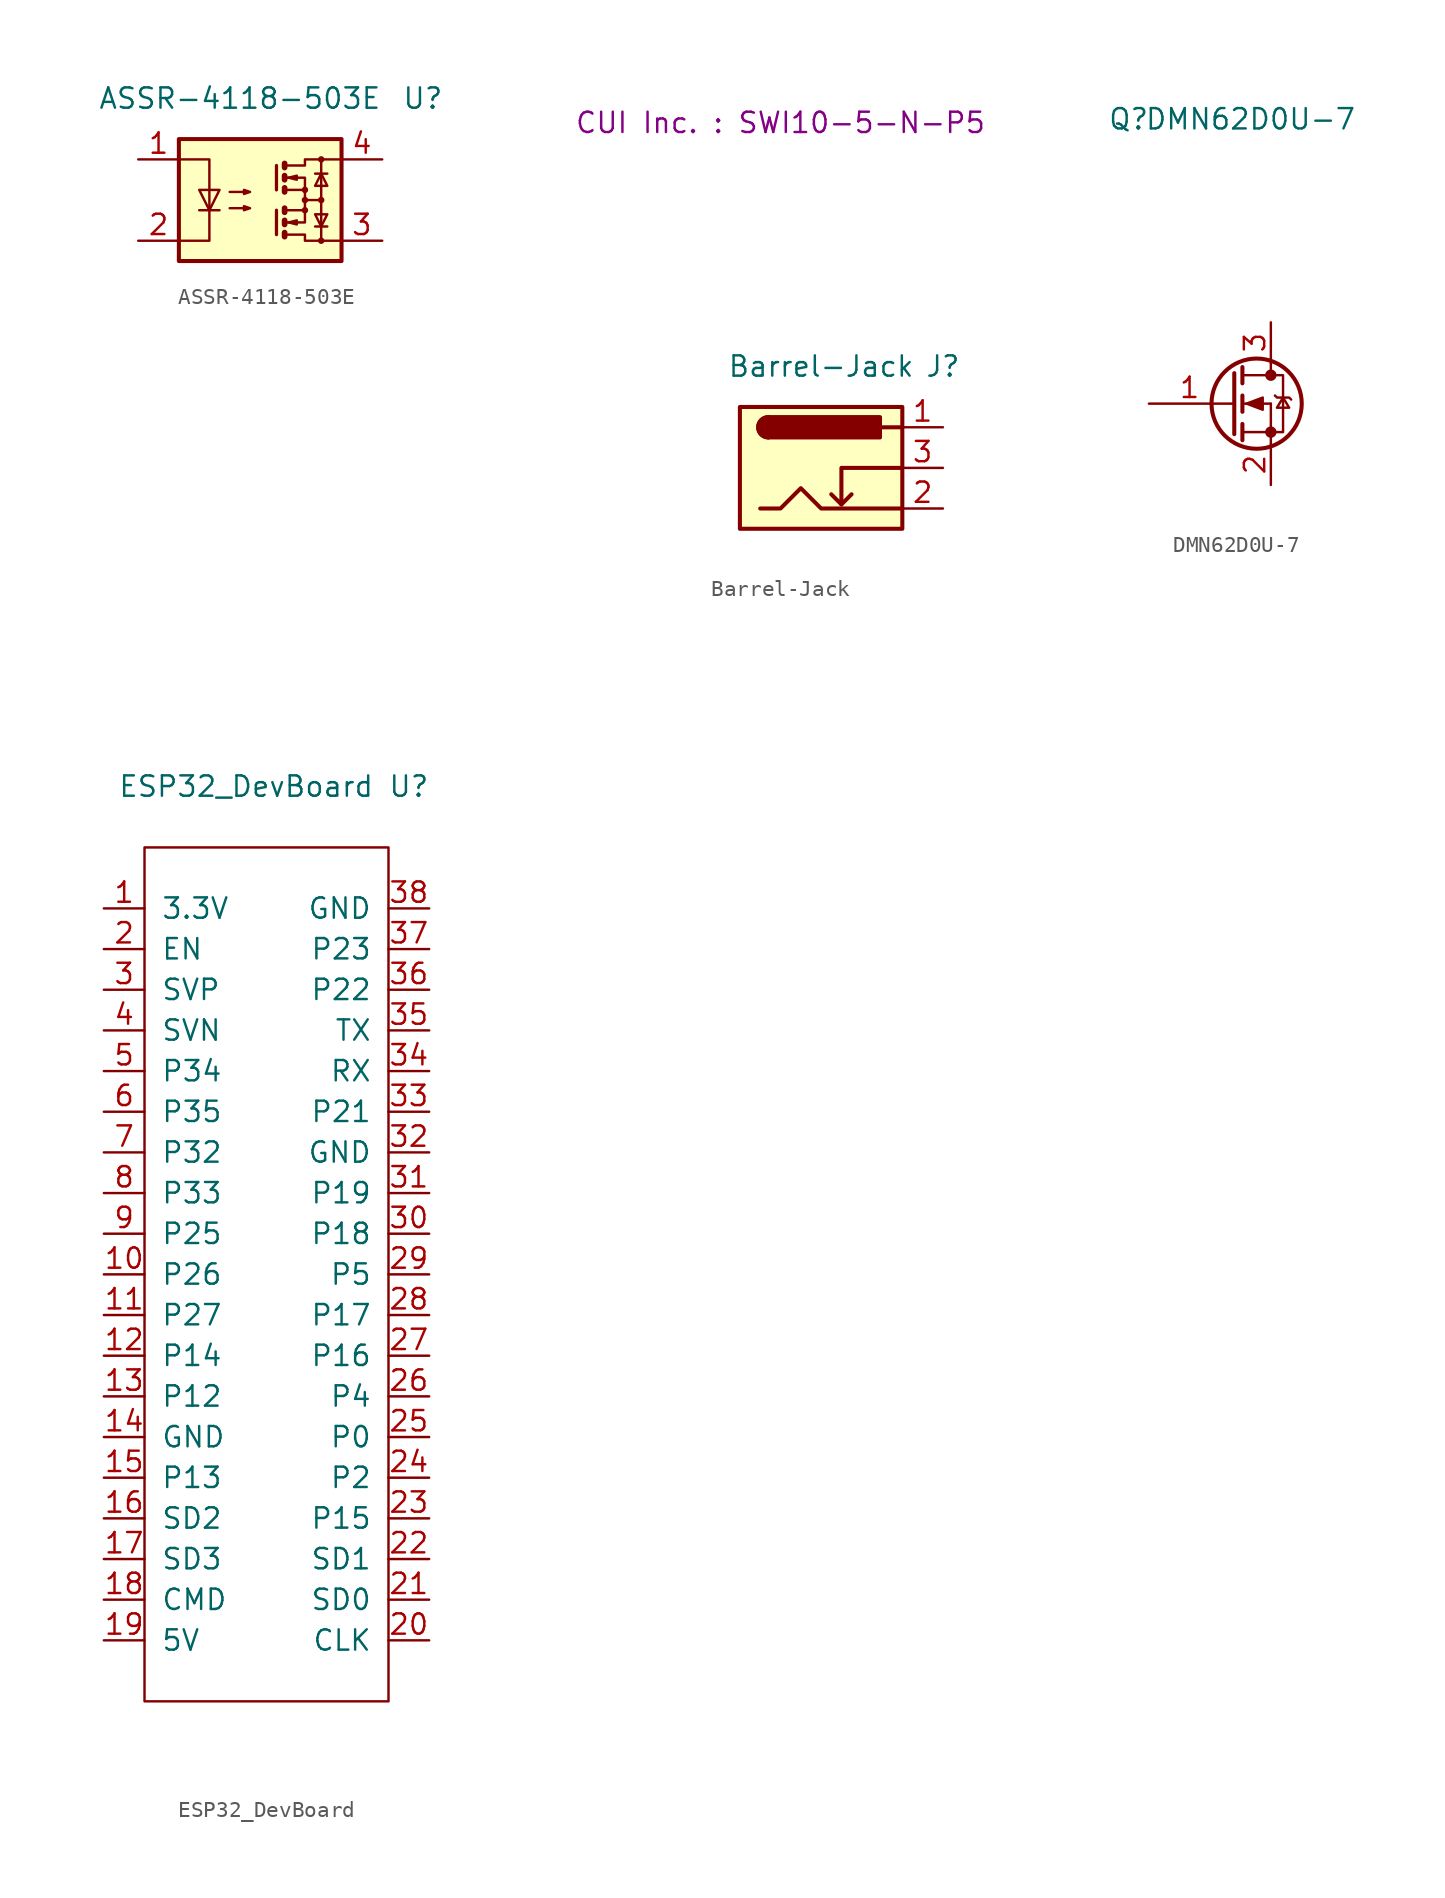
<source format=kicad_sym>
(kicad_symbol_lib
  (version 20201005)
  (generator kicad_symbol_editor)
  (symbol "ASSR-4118-503E"
    (pin_names
      (offset 1.016))
    (property "Reference" "U"
      (at 10.16 6.35 0)
      (effects (font (size 1.27 1.27))))
    (property "Value" "ASSR-4118-503E"
      (at -1.27 6.35 0)
      (effects (font (size 1.27 1.27))))
    (symbol "ASSR-4118-503E_0_0"
      (pin passive line (at 7.62 2.54 180) (length 2.54) (name "~" (effects (font (size 1.27 1.27)))) (number "4" (effects (font (size 1.27 1.27))))))
    (symbol "ASSR-4118-503E_1_1"
      (circle (center 2.794 -0.635) (radius 0.127) (stroke (width 0)) (fill (type none)))
      (circle (center 2.794 0) (radius 0.127) (stroke (width 0)) (fill (type none)))
      (circle (center 2.794 0.635) (radius 0.127) (stroke (width 0)) (fill (type none)))
      (circle (center 3.81 -2.54) (radius 0.127) (stroke (width 0)) (fill (type none)))
      (circle (center 3.81 0) (radius 0.127) (stroke (width 0)) (fill (type none)))
      (circle (center 3.81 2.54) (radius 0.127) (stroke (width 0)) (fill (type none)))
      (rectangle (start -5.08 3.81) (end 5.08 -3.81) (stroke (width 0.254)) (fill (type background)))
      (polyline (pts (xy -3.81 -0.635) (xy -2.54 -0.635)) (stroke (width 0)) (fill (type none)))
      (polyline (pts (xy 1.016 -0.635) (xy 1.016 -2.159)) (stroke (width 0.203)) (fill (type none)))
      (polyline (pts (xy 1.016 2.159) (xy 1.016 0.635)) (stroke (width 0.203)) (fill (type none)))
      (polyline (pts (xy 1.524 -0.508) (xy 1.524 -0.762)) (stroke (width 0.356)) (fill (type none)))
      (polyline (pts (xy 2.794 0) (xy 3.81 0)) (stroke (width 0)) (fill (type none)))
      (polyline (pts (xy 3.429 -1.651) (xy 4.191 -1.651)) (stroke (width 0)) (fill (type none)))
      (polyline (pts (xy 3.429 1.651) (xy 4.191 1.651)) (stroke (width 0)) (fill (type none)))
      (polyline (pts (xy 3.81 -2.54) (xy 3.81 2.54)) (stroke (width 0)) (fill (type none)))
      (polyline (pts (xy 1.524 -2.032) (xy 1.524 -2.286) (xy 1.524 -2.286)) (stroke (width 0.356)) (fill (type none)))
      (polyline (pts (xy 1.524 -1.27) (xy 1.524 -1.524) (xy 1.524 -1.524)) (stroke (width 0.356)) (fill (type none)))
      (polyline (pts (xy 1.524 0.762) (xy 1.524 0.508) (xy 1.524 0.508)) (stroke (width 0.356)) (fill (type none)))
      (polyline (pts (xy 1.524 1.524) (xy 1.524 1.27) (xy 1.524 1.27)) (stroke (width 0.356)) (fill (type none)))
      (polyline (pts (xy 1.524 2.286) (xy 1.524 2.032) (xy 1.524 2.032)) (stroke (width 0.356)) (fill (type none)))
      (polyline (pts (xy 1.651 -1.397) (xy 2.794 -1.397) (xy 2.794 -0.635)) (stroke (width 0)) (fill (type none)))
      (polyline (pts (xy 1.651 1.397) (xy 2.794 1.397) (xy 2.794 0.635)) (stroke (width 0)) (fill (type none)))
      (polyline (pts (xy -5.08 2.54) (xy -3.175 2.54) (xy -3.175 -2.54) (xy -5.08 -2.54)) (stroke (width 0)) (fill (type none)))
      (polyline (pts (xy -3.175 -0.635) (xy -3.81 0.635) (xy -2.54 0.635) (xy -3.175 -0.635)) (stroke (width 0)) (fill (type none)))
      (polyline (pts (xy 1.651 -2.159) (xy 2.794 -2.159) (xy 2.794 -2.54) (xy 5.08 -2.54)) (stroke (width 0)) (fill (type none)))
      (polyline (pts (xy 1.651 -0.635) (xy 2.794 -0.635) (xy 2.794 0.635) (xy 1.651 0.635)) (stroke (width 0)) (fill (type none)))
      (polyline (pts (xy 1.651 2.159) (xy 2.794 2.159) (xy 2.794 2.54) (xy 5.08 2.54)) (stroke (width 0)) (fill (type none)))
      (polyline (pts (xy 1.778 -1.397) (xy 2.286 -1.27) (xy 2.286 -1.524) (xy 1.778 -1.397)) (stroke (width 0)) (fill (type none)))
      (polyline (pts (xy 1.778 1.397) (xy 2.286 1.524) (xy 2.286 1.27) (xy 1.778 1.397)) (stroke (width 0)) (fill (type none)))
      (polyline (pts (xy 3.81 -1.651) (xy 3.429 -0.889) (xy 4.191 -0.889) (xy 3.81 -1.651)) (stroke (width 0)) (fill (type none)))
      (polyline (pts (xy 3.81 1.651) (xy 3.429 0.889) (xy 4.191 0.889) (xy 3.81 1.651)) (stroke (width 0)) (fill (type none)))
      (polyline (pts (xy -1.905 -0.508) (xy -0.635 -0.508) (xy -1.016 -0.635) (xy -1.016 -0.381) (xy -0.635 -0.508)) (stroke (width 0)) (fill (type none)))
      (polyline (pts (xy -1.905 0.508) (xy -0.635 0.508) (xy -1.016 0.381) (xy -1.016 0.635) (xy -0.635 0.508)) (stroke (width 0)) (fill (type none)))
      (pin passive line (at -7.62 2.54 0) (length 2.54) (name "~" (effects (font (size 1.27 1.27)))) (number "1" (effects (font (size 1.27 1.27)))))
      (pin passive line (at -7.62 -2.54 0) (length 2.54) (name "~" (effects (font (size 1.27 1.27)))) (number "2" (effects (font (size 1.27 1.27)))))
      (pin passive line (at 7.62 -2.54 180) (length 2.54) (name "~" (effects (font (size 1.27 1.27)))) (number "3" (effects (font (size 1.27 1.27)))))))
  (symbol "Barrel-Jack"
    (pin_names
      (offset 1.016))
    (property "Reference" "J"
      (at 7.62 6.35 0)
      (effects (font (size 1.27 1.27))))
    (property "Value" "Barrel-Jack"
      (at 0 6.35 0)
      (effects (font (size 1.27 1.27))))
    (property "Mates With" "CUI Inc. : SWI10-5-N-P5"
      (at -2.54 21.59 0)
      (effects (font (size 1.27 1.27))))
    (symbol "Barrel-Jack_1_1"
      (arc (start -3.302 3.175) (end -3.302 1.905) (radius (at -3.302 2.54) (length 0.635) (angles 90.1 -90.1)) (stroke (width 0.254)) (fill (type none)))
      (arc (start -3.302 3.175) (end -3.302 1.905) (radius (at -3.302 2.54) (length 0.635) (angles 90.1 -90.1)) (stroke (width 0.254)) (fill (type outline)))
      (rectangle (start 3.683 3.175) (end -3.302 1.905) (stroke (width 0.254)) (fill (type outline)))
      (rectangle (start -5.08 3.81) (end 5.08 -3.81) (stroke (width 0.254)) (fill (type background)))
      (polyline (pts (xy 1.27 -2.286) (xy 1.905 -1.651)) (stroke (width 0.254)) (fill (type none)))
      (polyline (pts (xy 5.08 2.54) (xy 3.81 2.54)) (stroke (width 0.254)) (fill (type none)))
      (polyline (pts (xy 5.08 0) (xy 1.27 0) (xy 1.27 -2.286) (xy 0.635 -1.651)) (stroke (width 0.254)) (fill (type none)))
      (polyline (pts (xy -3.81 -2.54) (xy -2.54 -2.54) (xy -1.27 -1.27) (xy 0 -2.54) (xy 2.54 -2.54) (xy 5.08 -2.54)) (stroke (width 0.254)) (fill (type none)))
      (pin passive line (at 7.62 2.54 180) (length 2.54) (name "~" (effects (font (size 1.27 1.27)))) (number "1" (effects (font (size 1.27 1.27)))))
      (pin passive line (at 7.62 -2.54 180) (length 2.54) (name "~" (effects (font (size 1.27 1.27)))) (number "2" (effects (font (size 1.27 1.27)))))
      (pin passive line (at 7.62 0 180) (length 2.54) (name "~" (effects (font (size 1.27 1.27)))) (number "3" (effects (font (size 1.27 1.27)))))))
  (symbol "DMN62D0U-7"
    (pin_names
      (offset 1.016) hide)
    (property "Reference" "Q"
      (at -8.89 17.78 0)
      (effects (font (size 1.27 1.27))))
    (property "Value" "DMN62D0U-7"
      (at -1.27 17.78 0)
      (effects (font (size 1.27 1.27))))
    (symbol "DMN62D0U-7_1_1"
      (circle (center -0.889 0) (radius 2.819) (stroke (width 0.254)) (fill (type none)))
      (circle (center 0 -1.778) (radius 0.279) (stroke (width 0)) (fill (type outline)))
      (circle (center 0 1.778) (radius 0.279) (stroke (width 0)) (fill (type outline)))
      (polyline (pts (xy -2.489 0) (xy -2.286 0)) (stroke (width 0)) (fill (type none)))
      (polyline (pts (xy -1.778 -1.778) (xy 0 -1.778)) (stroke (width 0)) (fill (type none)))
      (polyline (pts (xy -1.778 -1.27) (xy -1.778 -2.286)) (stroke (width 0.254)) (fill (type none)))
      (polyline (pts (xy -1.778 0) (xy 0 0)) (stroke (width 0)) (fill (type none)))
      (polyline (pts (xy -1.778 0.508) (xy -1.778 -0.508)) (stroke (width 0.254)) (fill (type none)))
      (polyline (pts (xy -1.778 1.778) (xy 0 1.778)) (stroke (width 0)) (fill (type none)))
      (polyline (pts (xy -1.778 2.286) (xy -1.778 1.27)) (stroke (width 0.254)) (fill (type none)))
      (polyline (pts (xy 0 -1.778) (xy 0 -2.54)) (stroke (width 0)) (fill (type none)))
      (polyline (pts (xy 0 -1.778) (xy 0 0)) (stroke (width 0)) (fill (type none)))
      (polyline (pts (xy 0 2.54) (xy 0 1.778)) (stroke (width 0)) (fill (type none)))
      (polyline (pts (xy -2.286 1.905) (xy -2.286 -1.905) (xy -2.286 -1.905)) (stroke (width 0.254)) (fill (type none)))
      (polyline (pts (xy 0 -1.778) (xy 0.762 -1.778) (xy 0.762 1.778) (xy 0 1.778)) (stroke (width 0)) (fill (type none)))
      (polyline (pts (xy 0.254 0.508) (xy 0.381 0.381) (xy 1.143 0.381) (xy 1.27 0.254)) (stroke (width 0)) (fill (type none)))
      (polyline (pts (xy 0.762 0.381) (xy 0.381 -0.254) (xy 1.143 -0.254) (xy 0.762 0.381)) (stroke (width 0)) (fill (type none)))
      (polyline (pts (xy -1.524 0) (xy -0.508 0.381) (xy -0.508 -0.381) (xy -1.524 0)) (stroke (width 0)) (fill (type outline)))
      (pin input line (at -7.62 0 0) (length 5.08) (name "G" (effects (font (size 1.27 1.27)))) (number "1" (effects (font (size 1.27 1.27)))))
      (pin passive line (at 0 -5.08 90) (length 2.54) (name "S" (effects (font (size 1.27 1.27)))) (number "2" (effects (font (size 1.27 1.27)))))
      (pin passive line (at 0 5.08 270) (length 2.54) (name "D" (effects (font (size 1.27 1.27)))) (number "3" (effects (font (size 1.27 1.27)))))))
  (symbol "ESP32_DevBoard"
    (pin_names
      (offset 1.016))
    (property "Reference" "U"
      (at 8.89 27.94 0)
      (effects (font (size 1.27 1.27))))
    (property "Value" "ESP32_DevBoard"
      (at -1.27 27.94 0)
      (effects (font (size 1.27 1.27))))
    (symbol "ESP32_DevBoard_0_1"
      (rectangle (start -7.62 24.13) (end 7.62 -29.21) (stroke (width 0)) (fill (type none))))
    (symbol "ESP32_DevBoard_1_1"
      (pin power_in line (at -10.16 20.32 0) (length 2.54) (name "3.3V" (effects (font (size 1.27 1.27)))) (number "1" (effects (font (size 1.27 1.27)))))
      (pin bidirectional line (at -10.16 -2.54 0) (length 2.54) (name "P26" (effects (font (size 1.27 1.27)))) (number "10" (effects (font (size 1.27 1.27)))))
      (pin bidirectional line (at -10.16 -5.08 0) (length 2.54) (name "P27" (effects (font (size 1.27 1.27)))) (number "11" (effects (font (size 1.27 1.27)))))
      (pin bidirectional line (at -10.16 -7.62 0) (length 2.54) (name "P14" (effects (font (size 1.27 1.27)))) (number "12" (effects (font (size 1.27 1.27)))))
      (pin bidirectional line (at -10.16 -10.16 0) (length 2.54) (name "P12" (effects (font (size 1.27 1.27)))) (number "13" (effects (font (size 1.27 1.27)))))
      (pin power_in line (at -10.16 -12.7 0) (length 2.54) (name "GND" (effects (font (size 1.27 1.27)))) (number "14" (effects (font (size 1.27 1.27)))))
      (pin bidirectional line (at -10.16 -15.24 0) (length 2.54) (name "P13" (effects (font (size 1.27 1.27)))) (number "15" (effects (font (size 1.27 1.27)))))
      (pin input line (at -10.16 -17.78 0) (length 2.54) (name "SD2" (effects (font (size 1.27 1.27)))) (number "16" (effects (font (size 1.27 1.27)))))
      (pin input line (at -10.16 -20.32 0) (length 2.54) (name "SD3" (effects (font (size 1.27 1.27)))) (number "17" (effects (font (size 1.27 1.27)))))
      (pin input line (at -10.16 -22.86 0) (length 2.54) (name "CMD" (effects (font (size 1.27 1.27)))) (number "18" (effects (font (size 1.27 1.27)))))
      (pin power_in line (at -10.16 -25.4 0) (length 2.54) (name "5V" (effects (font (size 1.27 1.27)))) (number "19" (effects (font (size 1.27 1.27)))))
      (pin input line (at -10.16 17.78 0) (length 2.54) (name "EN" (effects (font (size 1.27 1.27)))) (number "2" (effects (font (size 1.27 1.27)))))
      (pin input line (at 10.16 -25.4 180) (length 2.54) (name "CLK" (effects (font (size 1.27 1.27)))) (number "20" (effects (font (size 1.27 1.27)))))
      (pin input line (at 10.16 -22.86 180) (length 2.54) (name "SD0" (effects (font (size 1.27 1.27)))) (number "21" (effects (font (size 1.27 1.27)))))
      (pin input line (at 10.16 -20.32 180) (length 2.54) (name "SD1" (effects (font (size 1.27 1.27)))) (number "22" (effects (font (size 1.27 1.27)))))
      (pin input line (at 10.16 -17.78 180) (length 2.54) (name "P15" (effects (font (size 1.27 1.27)))) (number "23" (effects (font (size 1.27 1.27)))))
      (pin input line (at 10.16 -15.24 180) (length 2.54) (name "P2" (effects (font (size 1.27 1.27)))) (number "24" (effects (font (size 1.27 1.27)))))
      (pin input line (at 10.16 -12.7 180) (length 2.54) (name "P0" (effects (font (size 1.27 1.27)))) (number "25" (effects (font (size 1.27 1.27)))))
      (pin input line (at 10.16 -10.16 180) (length 2.54) (name "P4" (effects (font (size 1.27 1.27)))) (number "26" (effects (font (size 1.27 1.27)))))
      (pin input line (at 10.16 -7.62 180) (length 2.54) (name "P16" (effects (font (size 1.27 1.27)))) (number "27" (effects (font (size 1.27 1.27)))))
      (pin input line (at 10.16 -5.08 180) (length 2.54) (name "P17" (effects (font (size 1.27 1.27)))) (number "28" (effects (font (size 1.27 1.27)))))
      (pin input line (at 10.16 -2.54 180) (length 2.54) (name "P5" (effects (font (size 1.27 1.27)))) (number "29" (effects (font (size 1.27 1.27)))))
      (pin input line (at -10.16 15.24 0) (length 2.54) (name "SVP" (effects (font (size 1.27 1.27)))) (number "3" (effects (font (size 1.27 1.27)))))
      (pin input line (at 10.16 0 180) (length 2.54) (name "P18" (effects (font (size 1.27 1.27)))) (number "30" (effects (font (size 1.27 1.27)))))
      (pin input line (at 10.16 2.54 180) (length 2.54) (name "P19" (effects (font (size 1.27 1.27)))) (number "31" (effects (font (size 1.27 1.27)))))
      (pin power_in line (at 10.16 5.08 180) (length 2.54) (name "GND" (effects (font (size 1.27 1.27)))) (number "32" (effects (font (size 1.27 1.27)))))
      (pin input line (at 10.16 7.62 180) (length 2.54) (name "P21" (effects (font (size 1.27 1.27)))) (number "33" (effects (font (size 1.27 1.27)))))
      (pin input line (at 10.16 10.16 180) (length 2.54) (name "RX" (effects (font (size 1.27 1.27)))) (number "34" (effects (font (size 1.27 1.27)))))
      (pin input line (at 10.16 12.7 180) (length 2.54) (name "TX" (effects (font (size 1.27 1.27)))) (number "35" (effects (font (size 1.27 1.27)))))
      (pin input line (at 10.16 15.24 180) (length 2.54) (name "P22" (effects (font (size 1.27 1.27)))) (number "36" (effects (font (size 1.27 1.27)))))
      (pin input line (at 10.16 17.78 180) (length 2.54) (name "P23" (effects (font (size 1.27 1.27)))) (number "37" (effects (font (size 1.27 1.27)))))
      (pin power_in line (at 10.16 20.32 180) (length 2.54) (name "GND" (effects (font (size 1.27 1.27)))) (number "38" (effects (font (size 1.27 1.27)))))
      (pin input line (at -10.16 12.7 0) (length 2.54) (name "SVN" (effects (font (size 1.27 1.27)))) (number "4" (effects (font (size 1.27 1.27)))))
      (pin bidirectional line (at -10.16 10.16 0) (length 2.54) (name "P34" (effects (font (size 1.27 1.27)))) (number "5" (effects (font (size 1.27 1.27)))))
      (pin bidirectional line (at -10.16 7.62 0) (length 2.54) (name "P35" (effects (font (size 1.27 1.27)))) (number "6" (effects (font (size 1.27 1.27)))))
      (pin bidirectional line (at -10.16 5.08 0) (length 2.54) (name "P32" (effects (font (size 1.27 1.27)))) (number "7" (effects (font (size 1.27 1.27)))))
      (pin bidirectional line (at -10.16 2.54 0) (length 2.54) (name "P33" (effects (font (size 1.27 1.27)))) (number "8" (effects (font (size 1.27 1.27)))))
      (pin bidirectional line (at -10.16 0 0) (length 2.54) (name "P25" (effects (font (size 1.27 1.27)))) (number "9" (effects (font (size 1.27 1.27))))))))
</source>
